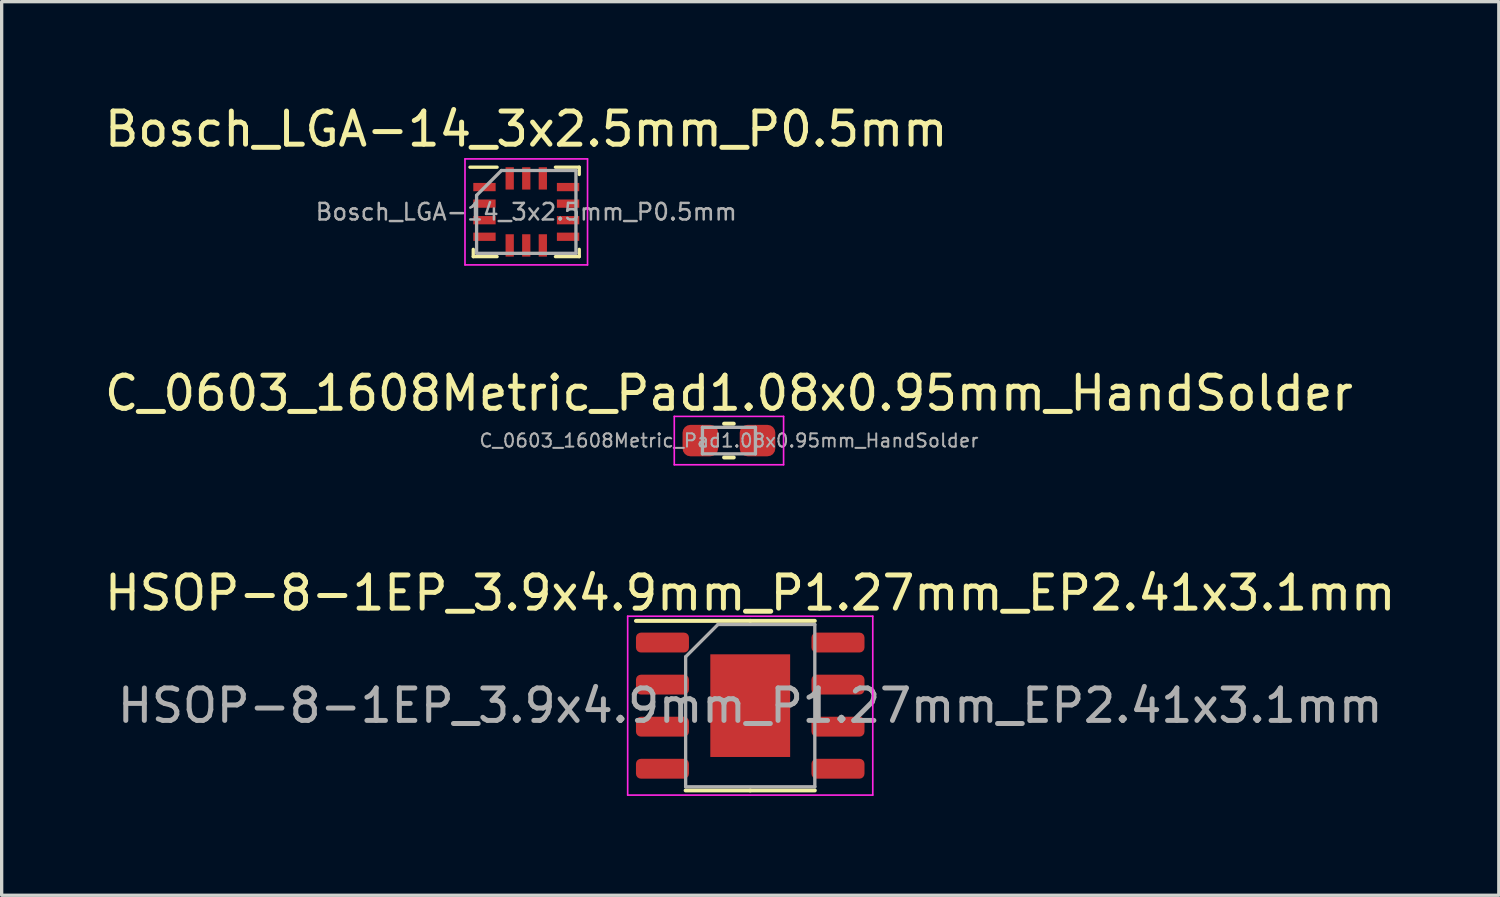
<source format=kicad_pcb>
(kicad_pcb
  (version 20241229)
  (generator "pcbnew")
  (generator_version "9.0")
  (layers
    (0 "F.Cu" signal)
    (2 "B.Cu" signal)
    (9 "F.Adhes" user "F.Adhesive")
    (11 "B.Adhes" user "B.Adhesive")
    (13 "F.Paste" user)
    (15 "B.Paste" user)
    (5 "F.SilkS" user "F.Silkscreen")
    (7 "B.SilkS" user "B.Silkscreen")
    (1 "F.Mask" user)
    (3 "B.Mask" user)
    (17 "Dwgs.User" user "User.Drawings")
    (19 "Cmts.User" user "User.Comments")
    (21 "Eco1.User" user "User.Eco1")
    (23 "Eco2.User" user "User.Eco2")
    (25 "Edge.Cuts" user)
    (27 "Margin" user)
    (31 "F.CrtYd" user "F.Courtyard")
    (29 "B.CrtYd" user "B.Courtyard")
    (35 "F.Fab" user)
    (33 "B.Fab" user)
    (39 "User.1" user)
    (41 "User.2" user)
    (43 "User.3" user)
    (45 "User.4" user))
  (footprint "C_0603_1608Metric_Pad1.08x0.95mm_HandSolder"
    (layer "F.Cu")
    (at 18.958 10.252)
    (property "Reference" "C_0603_1608Metric_Pad1.08x0.95mm_HandSolder" (at 0 -1.43 180) (layer "F.SilkS") (effects (font (size 1 1) (thickness 0.15))))
    (attr smd)
    (fp_line (start -0.146 -0.51) (end 0.146 -0.51) (stroke (width 0.12) (type solid)) (layer "F.SilkS"))
    (fp_line (start -0.146 0.51) (end 0.146 0.51) (stroke (width 0.12) (type solid)) (layer "F.SilkS"))
    (fp_line (start -1.65 -0.73) (end 1.65 -0.73) (stroke (width 0.05) (type solid)) (layer "F.CrtYd"))
    (fp_line (start -1.65 0.73) (end -1.65 -0.73) (stroke (width 0.05) (type solid)) (layer "F.CrtYd"))
    (fp_line (start 1.65 -0.73) (end 1.65 0.73) (stroke (width 0.05) (type solid)) (layer "F.CrtYd"))
    (fp_line (start 1.65 0.73) (end -1.65 0.73) (stroke (width 0.05) (type solid)) (layer "F.CrtYd"))
    (fp_line (start -0.8 -0.4) (end 0.8 -0.4) (stroke (width 0.1) (type solid)) (layer "F.Fab"))
    (fp_line (start -0.8 0.4) (end -0.8 -0.4) (stroke (width 0.1) (type solid)) (layer "F.Fab"))
    (fp_line (start 0.8 -0.4) (end 0.8 0.4) (stroke (width 0.1) (type solid)) (layer "F.Fab"))
    (fp_line (start 0.8 0.4) (end -0.8 0.4) (stroke (width 0.1) (type solid)) (layer "F.Fab"))
    (fp_text user "${REFERENCE}" (at 0 0 180) (layer "F.Fab") (effects (font (size 0.4 0.4) (thickness 0.06))))
    (pad "1" smd roundrect (at -0.863 0) (size 1.075 0.95) (layers "F.Cu" "F.Mask" "F.Paste") (roundrect_rratio 0.25))
    (pad "2" smd roundrect (at 0.863 0) (size 1.075 0.95) (layers "F.Cu" "F.Mask" "F.Paste") (roundrect_rratio 0.25)))
  (footprint "Bosch_LGA-14_3x2.5mm_P0.5mm"
    (layer "F.Cu")
    (at 12.839 3.348)
    (property "Reference" "Bosch_LGA-14_3x2.5mm_P0.5mm" (at 0 -2.5 180) (layer "F.SilkS") (effects (font (size 1 1) (thickness 0.15))))
    (attr smd)
    (fp_line (start -1.7 -1.35) (end -0.88 -1.35) (stroke (width 0.1) (type solid)) (layer "F.SilkS"))
    (fp_line (start -1.6 1.35) (end -1.6 1.13) (stroke (width 0.1) (type solid)) (layer "F.SilkS"))
    (fp_line (start -1.6 1.35) (end -0.88 1.35) (stroke (width 0.1) (type solid)) (layer "F.SilkS"))
    (fp_line (start 0.88 -1.35) (end 1.6 -1.35) (stroke (width 0.1) (type solid)) (layer "F.SilkS"))
    (fp_line (start 1.6 -1.35) (end 1.6 -1.13) (stroke (width 0.1) (type solid)) (layer "F.SilkS"))
    (fp_line (start 1.6 1.13) (end 1.6 1.35) (stroke (width 0.1) (type solid)) (layer "F.SilkS"))
    (fp_line (start 1.6 1.35) (end 0.88 1.35) (stroke (width 0.1) (type solid)) (layer "F.SilkS"))
    (fp_line (start -1.85 -1.6) (end 1.85 -1.6) (stroke (width 0.05) (type solid)) (layer "F.CrtYd"))
    (fp_line (start -1.85 1.6) (end -1.85 -1.6) (stroke (width 0.05) (type solid)) (layer "F.CrtYd"))
    (fp_line (start 1.85 -1.6) (end 1.85 1.6) (stroke (width 0.05) (type solid)) (layer "F.CrtYd"))
    (fp_line (start 1.85 1.6) (end -1.85 1.6) (stroke (width 0.05) (type solid)) (layer "F.CrtYd"))
    (fp_line (start -1.5 1.25) (end -1.5 -0.5) (stroke (width 0.1) (type solid)) (layer "F.Fab"))
    (fp_line (start -0.75 -1.25) (end -1.5 -0.5) (stroke (width 0.1) (type solid)) (layer "F.Fab"))
    (fp_line (start -0.75 -1.25) (end 1.5 -1.25) (stroke (width 0.1) (type solid)) (layer "F.Fab"))
    (fp_line (start 1.5 -1.25) (end 1.5 1.25) (stroke (width 0.1) (type solid)) (layer "F.Fab"))
    (fp_line (start 1.5 1.25) (end -1.5 1.25) (stroke (width 0.1) (type solid)) (layer "F.Fab"))
    (fp_text user "${REFERENCE}" (at 0 0 180) (layer "F.Fab") (effects (font (size 0.5 0.5) (thickness 0.075))))
    (pad "1" smd rect (at -1.262 -0.75) (size 0.675 0.25) (layers "F.Cu" "F.Mask" "F.Paste"))
    (pad "2" smd rect (at -1.262 -0.25) (size 0.675 0.25) (layers "F.Cu" "F.Mask" "F.Paste"))
    (pad "3" smd rect (at -1.262 0.25) (size 0.675 0.25) (layers "F.Cu" "F.Mask" "F.Paste"))
    (pad "4" smd rect (at -1.262 0.75) (size 0.675 0.25) (layers "F.Cu" "F.Mask" "F.Paste"))
    (pad "5" smd rect (at -0.5 1.012) (size 0.25 0.675) (layers "F.Cu" "F.Mask" "F.Paste"))
    (pad "6" smd rect (at 0 1.012) (size 0.25 0.675) (layers "F.Cu" "F.Mask" "F.Paste"))
    (pad "7" smd rect (at 0.5 1.012) (size 0.25 0.675) (layers "F.Cu" "F.Mask" "F.Paste"))
    (pad "8" smd rect (at 1.262 0.75) (size 0.675 0.25) (layers "F.Cu" "F.Mask" "F.Paste"))
    (pad "9" smd rect (at 1.262 0.25) (size 0.675 0.25) (layers "F.Cu" "F.Mask" "F.Paste"))
    (pad "10" smd rect (at 1.262 -0.25) (size 0.675 0.25) (layers "F.Cu" "F.Mask" "F.Paste"))
    (pad "11" smd rect (at 1.262 -0.75) (size 0.675 0.25) (layers "F.Cu" "F.Mask" "F.Paste"))
    (pad "12" smd rect (at 0.5 -1.012) (size 0.25 0.675) (layers "F.Cu" "F.Mask" "F.Paste"))
    (pad "13" smd rect (at 0 -1.012) (size 0.25 0.675) (layers "F.Cu" "F.Mask" "F.Paste"))
    (pad "14" smd rect (at -0.5 -1.012) (size 0.25 0.675) (layers "F.Cu" "F.Mask" "F.Paste")))
  (footprint "HSOP-8-1EP_3.9x4.9mm_P1.27mm_EP2.41x3.1mm"
    (layer "F.Cu")
    (at 19.601 18.255)
    (property "Reference" "HSOP-8-1EP_3.9x4.9mm_P1.27mm_EP2.41x3.1mm" (at 0 -3.4 180) (layer "F.SilkS") (effects (font (size 1 1) (thickness 0.15))))
    (attr smd)
    (fp_line (start 0 -2.56) (end -3.45 -2.56) (stroke (width 0.12) (type solid)) (layer "F.SilkS"))
    (fp_line (start 0 -2.56) (end 1.95 -2.56) (stroke (width 0.12) (type solid)) (layer "F.SilkS"))
    (fp_line (start 0 2.56) (end -1.95 2.56) (stroke (width 0.12) (type solid)) (layer "F.SilkS"))
    (fp_line (start 0 2.56) (end 1.95 2.56) (stroke (width 0.12) (type solid)) (layer "F.SilkS"))
    (fp_line (start -3.7 -2.7) (end -3.7 2.7) (stroke (width 0.05) (type solid)) (layer "F.CrtYd"))
    (fp_line (start -3.7 2.7) (end 3.7 2.7) (stroke (width 0.05) (type solid)) (layer "F.CrtYd"))
    (fp_line (start 3.7 -2.7) (end -3.7 -2.7) (stroke (width 0.05) (type solid)) (layer "F.CrtYd"))
    (fp_line (start 3.7 2.7) (end 3.7 -2.7) (stroke (width 0.05) (type solid)) (layer "F.CrtYd"))
    (fp_line (start -1.95 -1.475) (end -0.975 -2.45) (stroke (width 0.1) (type solid)) (layer "F.Fab"))
    (fp_line (start -1.95 2.45) (end -1.95 -1.475) (stroke (width 0.1) (type solid)) (layer "F.Fab"))
    (fp_line (start -0.975 -2.45) (end 1.95 -2.45) (stroke (width 0.1) (type solid)) (layer "F.Fab"))
    (fp_line (start 1.95 -2.45) (end 1.95 2.45) (stroke (width 0.1) (type solid)) (layer "F.Fab"))
    (fp_line (start 1.95 2.45) (end -1.95 2.45) (stroke (width 0.1) (type solid)) (layer "F.Fab"))
    (fp_text user "${REFERENCE}" (at 0 0 180) (layer "F.Fab") (effects (font (size 0.98 0.98) (thickness 0.15))))
    (pad "" smd roundrect (at -0.6 -0.775) (size 0.97 1.25) (layers "F.Paste") (roundrect_rratio 0.25))
    (pad "" smd roundrect (at -0.6 0.775) (size 0.97 1.25) (layers "F.Paste") (roundrect_rratio 0.25))
    (pad "" smd roundrect (at 0.6 -0.775) (size 0.97 1.25) (layers "F.Paste") (roundrect_rratio 0.25))
    (pad "" smd roundrect (at 0.6 0.775) (size 0.97 1.25) (layers "F.Paste") (roundrect_rratio 0.25))
    (pad "1" smd roundrect (at -2.65 -1.905) (size 1.6 0.6) (layers "F.Cu" "F.Mask" "F.Paste") (roundrect_rratio 0.25))
    (pad "2" smd roundrect (at -2.65 -0.635) (size 1.6 0.6) (layers "F.Cu" "F.Mask" "F.Paste") (roundrect_rratio 0.25))
    (pad "3" smd roundrect (at -2.65 0.635) (size 1.6 0.6) (layers "F.Cu" "F.Mask" "F.Paste") (roundrect_rratio 0.25))
    (pad "4" smd roundrect (at -2.65 1.905) (size 1.6 0.6) (layers "F.Cu" "F.Mask" "F.Paste") (roundrect_rratio 0.25))
    (pad "5" smd roundrect (at 2.65 1.905) (size 1.6 0.6) (layers "F.Cu" "F.Mask" "F.Paste") (roundrect_rratio 0.25))
    (pad "6" smd roundrect (at 2.65 0.635) (size 1.6 0.6) (layers "F.Cu" "F.Mask" "F.Paste") (roundrect_rratio 0.25))
    (pad "7" smd roundrect (at 2.65 -0.635) (size 1.6 0.6) (layers "F.Cu" "F.Mask" "F.Paste") (roundrect_rratio 0.25))
    (pad "8" smd roundrect (at 2.65 -1.905) (size 1.6 0.6) (layers "F.Cu" "F.Mask" "F.Paste") (roundrect_rratio 0.25))
    (pad "9" smd rect (at 0 0) (size 2.41 3.1) (layers "F.Cu" "F.Mask")))
  (gr_rect
    (start -3 -3)
    (end 42.202 23.98)
    (stroke (width 0.1) (type default))
    (fill no)
    (layer "Edge.Cuts")))
</source>
